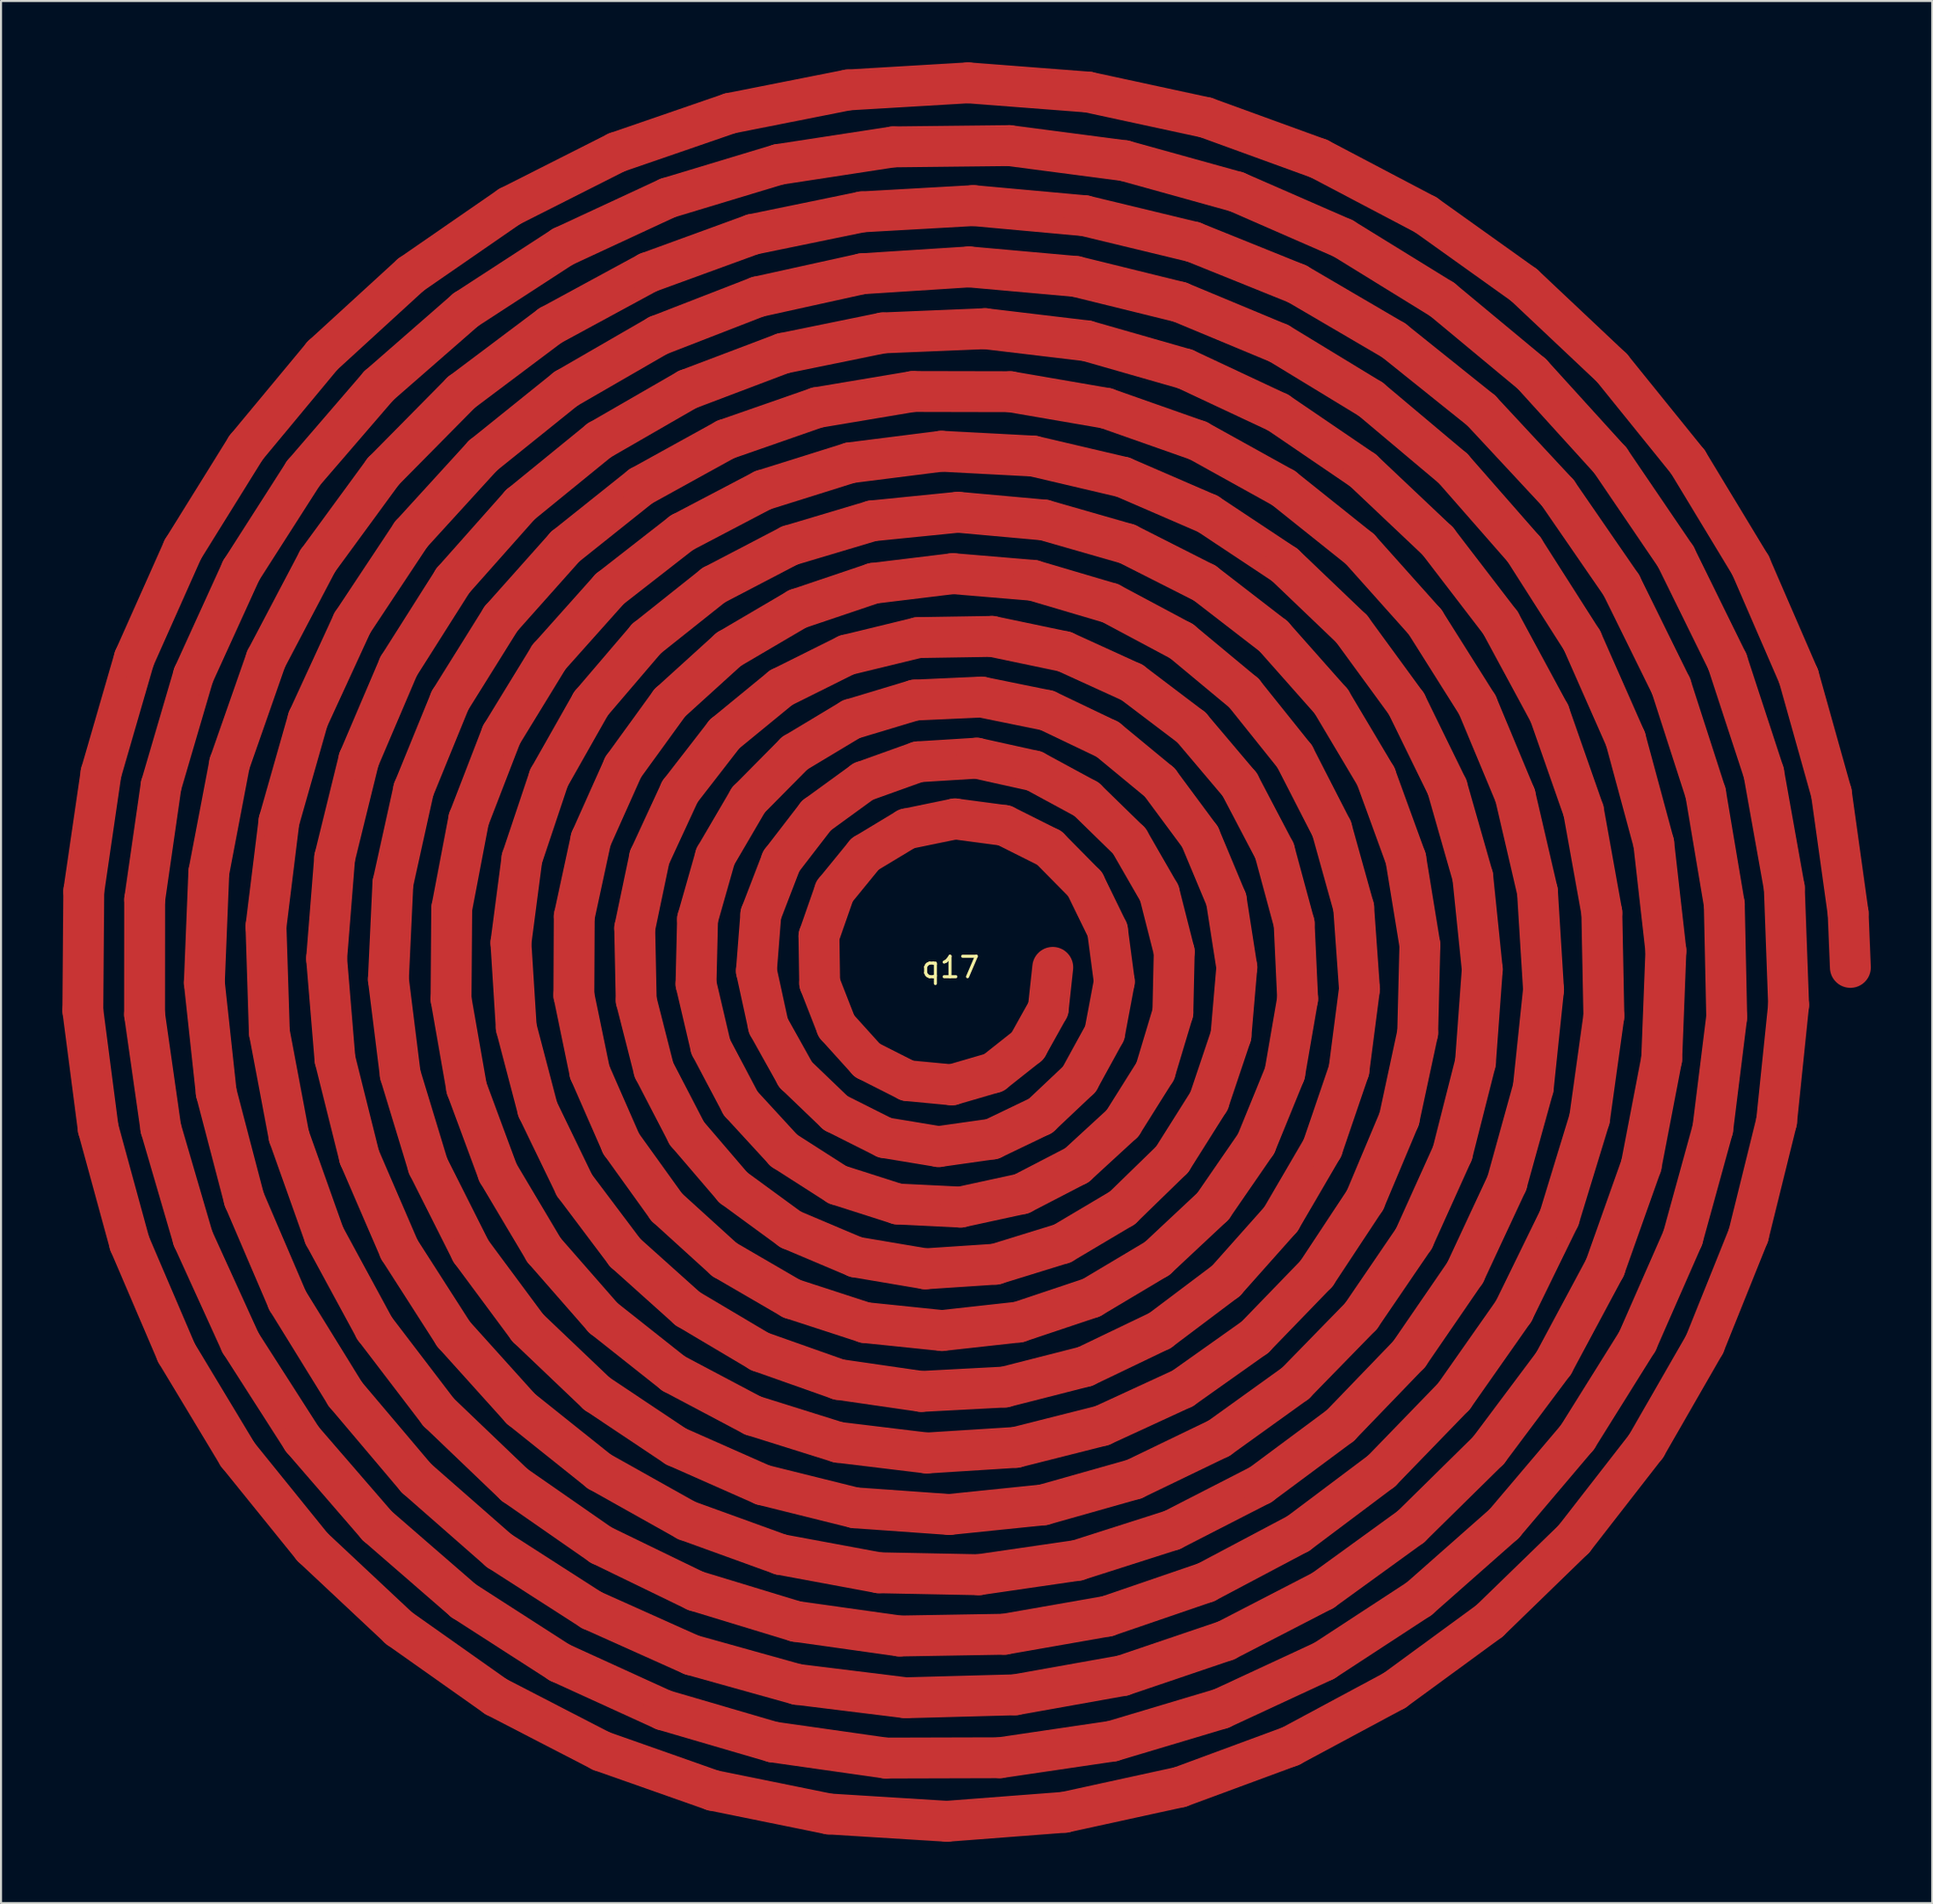
<source format=kicad_pcb>
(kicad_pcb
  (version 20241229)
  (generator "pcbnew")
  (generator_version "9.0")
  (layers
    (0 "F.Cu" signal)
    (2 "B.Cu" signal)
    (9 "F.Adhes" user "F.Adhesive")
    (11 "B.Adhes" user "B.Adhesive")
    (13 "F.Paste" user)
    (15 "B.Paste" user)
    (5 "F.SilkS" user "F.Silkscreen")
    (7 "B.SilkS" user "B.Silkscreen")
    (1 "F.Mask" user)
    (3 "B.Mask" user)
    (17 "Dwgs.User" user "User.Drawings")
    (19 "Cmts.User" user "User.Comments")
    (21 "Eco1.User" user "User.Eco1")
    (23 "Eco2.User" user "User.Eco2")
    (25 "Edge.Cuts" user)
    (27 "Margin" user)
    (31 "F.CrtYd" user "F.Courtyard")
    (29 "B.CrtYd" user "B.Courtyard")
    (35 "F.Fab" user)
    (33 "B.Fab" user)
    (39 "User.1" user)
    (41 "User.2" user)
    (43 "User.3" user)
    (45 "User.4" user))
  (footprint "q17"
    (layer "F.Cu")
    (at 43.424 44.251)
    (property "Reference" "q17" (at 0 0 0) (layer "F.SilkS") (effects (font (size 1 1) (thickness 0.15))))
    (attr smd)
    (fp_line (start -42.424 2.105) (end -42.378 -3.725) (stroke (width 2) (type solid)) (layer "F.Cu"))
    (fp_line (start -42.378 -3.725) (end -41.535 -9.499) (stroke (width 2) (type solid)) (layer "F.Cu"))
    (fp_line (start -41.672 7.883) (end -42.424 2.105) (stroke (width 2) (type solid)) (layer "F.Cu"))
    (fp_line (start -41.535 -9.499) (end -39.909 -15.108) (stroke (width 2) (type solid)) (layer "F.Cu"))
    (fp_line (start -40.136 13.498) (end -41.672 7.883) (stroke (width 2) (type solid)) (layer "F.Cu"))
    (fp_line (start -39.909 -15.108) (end -37.53 -20.446) (stroke (width 2) (type solid)) (layer "F.Cu"))
    (fp_line (start -39.405 2.306) (end -39.401 -3.315) (stroke (width 2) (type solid)) (layer "F.Cu"))
    (fp_line (start -39.401 -3.315) (end -38.599 -8.884) (stroke (width 2) (type solid)) (layer "F.Cu"))
    (fp_line (start -38.611 7.866) (end -39.405 2.306) (stroke (width 2) (type solid)) (layer "F.Cu"))
    (fp_line (start -38.599 -8.884) (end -37.014 -14.287) (stroke (width 2) (type solid)) (layer "F.Cu"))
    (fp_line (start -37.847 18.846) (end -40.136 13.498) (stroke (width 2) (type solid)) (layer "F.Cu"))
    (fp_line (start -37.53 -20.446) (end -34.443 -25.414) (stroke (width 2) (type solid)) (layer "F.Cu"))
    (fp_line (start -37.037 13.252) (end -38.611 7.866) (stroke (width 2) (type solid)) (layer "F.Cu"))
    (fp_line (start -37.014 -14.287) (end -34.678 -19.416) (stroke (width 2) (type solid)) (layer "F.Cu"))
    (fp_line (start -36.483 0.749) (end -36.264 -4.651) (stroke (width 2) (type solid)) (layer "F.Cu"))
    (fp_line (start -36.264 -4.651) (end -35.25 -9.966) (stroke (width 2) (type solid)) (layer "F.Cu"))
    (fp_line (start -35.902 6.117) (end -36.483 0.749) (stroke (width 2) (type solid)) (layer "F.Cu"))
    (fp_line (start -35.25 -9.966) (end -33.462 -15.078) (stroke (width 2) (type solid)) (layer "F.Cu"))
    (fp_line (start -34.848 23.825) (end -37.847 18.846) (stroke (width 2) (type solid)) (layer "F.Cu"))
    (fp_line (start -34.714 18.354) (end -37.037 13.252) (stroke (width 2) (type solid)) (layer "F.Cu"))
    (fp_line (start -34.678 -19.416) (end -31.638 -24.166) (stroke (width 2) (type solid)) (layer "F.Cu"))
    (fp_line (start -34.536 11.336) (end -35.902 6.117) (stroke (width 2) (type solid)) (layer "F.Cu"))
    (fp_line (start -34.443 -25.414) (end -30.704 -29.917) (stroke (width 2) (type solid)) (layer "F.Cu"))
    (fp_line (start -33.469 -2.001) (end -32.834 -7.144) (stroke (width 2) (type solid)) (layer "F.Cu"))
    (fp_line (start -33.462 -15.078) (end -30.939 -19.875) (stroke (width 2) (type solid)) (layer "F.Cu"))
    (fp_line (start -33.304 3.172) (end -33.469 -2.001) (stroke (width 2) (type solid)) (layer "F.Cu"))
    (fp_line (start -32.834 -7.144) (end -31.414 -12.133) (stroke (width 2) (type solid)) (layer "F.Cu"))
    (fp_line (start -32.414 16.29) (end -34.536 11.336) (stroke (width 2) (type solid)) (layer "F.Cu"))
    (fp_line (start -32.345 8.252) (end -33.304 3.172) (stroke (width 2) (type solid)) (layer "F.Cu"))
    (fp_line (start -31.692 23.071) (end -34.714 18.354) (stroke (width 2) (type solid)) (layer "F.Cu"))
    (fp_line (start -31.638 -24.166) (end -27.953 -28.443) (stroke (width 2) (type solid)) (layer "F.Cu"))
    (fp_line (start -31.414 -12.133) (end -29.243 -16.85) (stroke (width 2) (type solid)) (layer "F.Cu"))
    (fp_line (start -31.196 28.342) (end -34.848 23.825) (stroke (width 2) (type solid)) (layer "F.Cu"))
    (fp_line (start -30.939 -19.875) (end -27.734 -24.253) (stroke (width 2) (type solid)) (layer "F.Cu"))
    (fp_line (start -30.704 -29.917) (end -26.383 -33.872) (stroke (width 2) (type solid)) (layer "F.Cu"))
    (fp_line (start -30.615 13.118) (end -32.345 8.252) (stroke (width 2) (type solid)) (layer "F.Cu"))
    (fp_line (start -30.504 -0.431) (end -30.111 -5.358) (stroke (width 2) (type solid)) (layer "F.Cu"))
    (fp_line (start -30.111 -5.358) (end -28.928 -10.164) (stroke (width 2) (type solid)) (layer "F.Cu"))
    (fp_line (start -30.096 4.489) (end -30.504 -0.431) (stroke (width 2) (type solid)) (layer "F.Cu"))
    (fp_line (start -29.586 20.871) (end -32.414 16.29) (stroke (width 2) (type solid)) (layer "F.Cu"))
    (fp_line (start -29.243 -16.85) (end -26.369 -21.182) (stroke (width 2) (type solid)) (layer "F.Cu"))
    (fp_line (start -28.928 -10.164) (end -26.984 -14.722) (stroke (width 2) (type solid)) (layer "F.Cu"))
    (fp_line (start -28.901 9.272) (end -30.096 4.489) (stroke (width 2) (type solid)) (layer "F.Cu"))
    (fp_line (start -28.156 17.653) (end -30.615 13.118) (stroke (width 2) (type solid)) (layer "F.Cu"))
    (fp_line (start -28.031 27.304) (end -31.692 23.071) (stroke (width 2) (type solid)) (layer "F.Cu"))
    (fp_line (start -27.953 -28.443) (end -23.697 -32.159) (stroke (width 2) (type solid)) (layer "F.Cu"))
    (fp_line (start -27.734 -24.253) (end -23.917 -28.117) (stroke (width 2) (type solid)) (layer "F.Cu"))
    (fp_line (start -27.484 0.583) (end -27.264 -4.105) (stroke (width 2) (type solid)) (layer "F.Cu"))
    (fp_line (start -27.264 -4.105) (end -26.25 -8.694) (stroke (width 2) (type solid)) (layer "F.Cu"))
    (fp_line (start -26.984 -14.722) (end -24.328 -18.914) (stroke (width 2) (type solid)) (layer "F.Cu"))
    (fp_line (start -26.961 32.311) (end -31.196 28.342) (stroke (width 2) (type solid)) (layer "F.Cu"))
    (fp_line (start -26.949 13.793) (end -28.901 9.272) (stroke (width 2) (type solid)) (layer "F.Cu"))
    (fp_line (start -26.904 5.233) (end -27.484 0.583) (stroke (width 2) (type solid)) (layer "F.Cu"))
    (fp_line (start -26.383 -33.872) (end -21.56 -37.204) (stroke (width 2) (type solid)) (layer "F.Cu"))
    (fp_line (start -26.369 -21.182) (end -22.862 -25.026) (stroke (width 2) (type solid)) (layer "F.Cu"))
    (fp_line (start -26.25 -8.694) (end -24.471 -13.052) (stroke (width 2) (type solid)) (layer "F.Cu"))
    (fp_line (start -26.113 24.978) (end -29.586 20.871) (stroke (width 2) (type solid)) (layer "F.Cu"))
    (fp_line (start -25.543 9.709) (end -26.904 5.233) (stroke (width 2) (type solid)) (layer "F.Cu"))
    (fp_line (start -25.029 21.749) (end -28.156 17.653) (stroke (width 2) (type solid)) (layer "F.Cu"))
    (fp_line (start -24.471 -13.052) (end -21.976 -17.051) (stroke (width 2) (type solid)) (layer "F.Cu"))
    (fp_line (start -24.421 1.548) (end -24.387 -2.88) (stroke (width 2) (type solid)) (layer "F.Cu"))
    (fp_line (start -24.387 -2.88) (end -23.555 -7.238) (stroke (width 2) (type solid)) (layer "F.Cu"))
    (fp_line (start -24.328 -18.914) (end -21.03 -22.629) (stroke (width 2) (type solid)) (layer "F.Cu"))
    (fp_line (start -24.295 17.933) (end -26.949 13.793) (stroke (width 2) (type solid)) (layer "F.Cu"))
    (fp_line (start -23.917 -28.117) (end -19.57 -31.381) (stroke (width 2) (type solid)) (layer "F.Cu"))
    (fp_line (start -23.808 30.969) (end -28.031 27.304) (stroke (width 2) (type solid)) (layer "F.Cu"))
    (fp_line (start -23.697 -32.159) (end -18.955 -35.24) (stroke (width 2) (type solid)) (layer "F.Cu"))
    (fp_line (start -23.658 5.903) (end -24.421 1.548) (stroke (width 2) (type solid)) (layer "F.Cu"))
    (fp_line (start -23.555 -7.238) (end -21.953 -11.383) (stroke (width 2) (type solid)) (layer "F.Cu"))
    (fp_line (start -23.443 13.882) (end -25.543 9.709) (stroke (width 2) (type solid)) (layer "F.Cu"))
    (fp_line (start -22.862 -25.026) (end -18.803 -28.292) (stroke (width 2) (type solid)) (layer "F.Cu"))
    (fp_line (start -22.225 35.657) (end -26.961 32.311) (stroke (width 2) (type solid)) (layer "F.Cu"))
    (fp_line (start -22.125 10.041) (end -23.658 5.903) (stroke (width 2) (type solid)) (layer "F.Cu"))
    (fp_line (start -22.072 28.521) (end -26.113 24.978) (stroke (width 2) (type solid)) (layer "F.Cu"))
    (fp_line (start -21.976 -17.051) (end -18.836 -20.576) (stroke (width 2) (type solid)) (layer "F.Cu"))
    (fp_line (start -21.953 -11.383) (end -19.629 -15.18) (stroke (width 2) (type solid)) (layer "F.Cu"))
    (fp_line (start -21.56 -37.204) (end -16.324 -39.85) (stroke (width 2) (type solid)) (layer "F.Cu"))
    (fp_line (start -21.493 -1.201) (end -20.954 -5.321) (stroke (width 2) (type solid)) (layer "F.Cu"))
    (fp_line (start -21.31 25.307) (end -25.029 21.749) (stroke (width 2) (type solid)) (layer "F.Cu"))
    (fp_line (start -21.232 2.937) (end -21.493 -1.201) (stroke (width 2) (type solid)) (layer "F.Cu"))
    (fp_line (start -21.03 -22.629) (end -17.174 -25.771) (stroke (width 2) (type solid)) (layer "F.Cu"))
    (fp_line (start -21.008 21.583) (end -24.295 17.933) (stroke (width 2) (type solid)) (layer "F.Cu"))
    (fp_line (start -20.954 -5.321) (end -19.632 -9.269) (stroke (width 2) (type solid)) (layer "F.Cu"))
    (fp_line (start -20.664 17.63) (end -23.443 13.882) (stroke (width 2) (type solid)) (layer "F.Cu"))
    (fp_line (start -20.183 6.938) (end -21.232 2.937) (stroke (width 2) (type solid)) (layer "F.Cu"))
    (fp_line (start -19.873 13.827) (end -22.125 10.041) (stroke (width 2) (type solid)) (layer "F.Cu"))
    (fp_line (start -19.632 -9.269) (end -17.576 -12.9) (stroke (width 2) (type solid)) (layer "F.Cu"))
    (fp_line (start -19.629 -15.18) (end -16.659 -18.507) (stroke (width 2) (type solid)) (layer "F.Cu"))
    (fp_line (start -19.57 -31.381) (end -14.787 -33.976) (stroke (width 2) (type solid)) (layer "F.Cu"))
    (fp_line (start -19.109 33.992) (end -23.808 30.969) (stroke (width 2) (type solid)) (layer "F.Cu"))
    (fp_line (start -18.955 -35.24) (end -13.822 -37.623) (stroke (width 2) (type solid)) (layer "F.Cu"))
    (fp_line (start -18.836 -20.576) (end -15.142 -23.525) (stroke (width 2) (type solid)) (layer "F.Cu"))
    (fp_line (start -18.803 -28.292) (end -14.287 -30.9) (stroke (width 2) (type solid)) (layer "F.Cu"))
    (fp_line (start -18.415 1.358) (end -18.396 -2.492) (stroke (width 2) (type solid)) (layer "F.Cu"))
    (fp_line (start -18.396 -2.492) (end -17.581 -6.265) (stroke (width 2) (type solid)) (layer "F.Cu"))
    (fp_line (start -18.385 10.655) (end -20.183 6.938) (stroke (width 2) (type solid)) (layer "F.Cu"))
    (fp_line (start -17.638 5.118) (end -18.415 1.358) (stroke (width 2) (type solid)) (layer "F.Cu"))
    (fp_line (start -17.581 -6.265) (end -16.001 -9.798) (stroke (width 2) (type solid)) (layer "F.Cu"))
    (fp_line (start -17.576 -12.9) (end -14.86 -16.079) (stroke (width 2) (type solid)) (layer "F.Cu"))
    (fp_line (start -17.555 31.422) (end -22.072 28.521) (stroke (width 2) (type solid)) (layer "F.Cu"))
    (fp_line (start -17.291 20.842) (end -20.664 17.63) (stroke (width 2) (type solid)) (layer "F.Cu"))
    (fp_line (start -17.176 24.646) (end -21.008 21.583) (stroke (width 2) (type solid)) (layer "F.Cu"))
    (fp_line (start -17.174 -25.771) (end -12.86 -28.258) (stroke (width 2) (type solid)) (layer "F.Cu"))
    (fp_line (start -17.089 28.242) (end -21.31 25.307) (stroke (width 2) (type solid)) (layer "F.Cu"))
    (fp_line (start -17.077 38.317) (end -22.225 35.657) (stroke (width 2) (type solid)) (layer "F.Cu"))
    (fp_line (start -16.978 17.136) (end -19.873 13.827) (stroke (width 2) (type solid)) (layer "F.Cu"))
    (fp_line (start -16.659 -18.507) (end -13.136 -21.254) (stroke (width 2) (type solid)) (layer "F.Cu"))
    (fp_line (start -16.324 -39.85) (end -10.773 -41.762) (stroke (width 2) (type solid)) (layer "F.Cu"))
    (fp_line (start -16.101 8.625) (end -17.638 5.118) (stroke (width 2) (type solid)) (layer "F.Cu"))
    (fp_line (start -16.001 -9.798) (end -13.723 -12.939) (stroke (width 2) (type solid)) (layer "F.Cu"))
    (fp_line (start -15.909 13.946) (end -18.385 10.655) (stroke (width 2) (type solid)) (layer "F.Cu"))
    (fp_line (start -15.44 -1.917) (end -14.715 -5.378) (stroke (width 2) (type solid)) (layer "F.Cu"))
    (fp_line (start -15.367 1.606) (end -15.44 -1.917) (stroke (width 2) (type solid)) (layer "F.Cu"))
    (fp_line (start -15.142 -23.525) (end -10.997 -25.813) (stroke (width 2) (type solid)) (layer "F.Cu"))
    (fp_line (start -14.86 -16.079) (end -11.581 -18.688) (stroke (width 2) (type solid)) (layer "F.Cu"))
    (fp_line (start -14.787 -33.976) (end -9.671 -35.842) (stroke (width 2) (type solid)) (layer "F.Cu"))
    (fp_line (start -14.715 -5.378) (end -13.226 -8.599) (stroke (width 2) (type solid)) (layer "F.Cu"))
    (fp_line (start -14.5 5.01) (end -15.367 1.606) (stroke (width 2) (type solid)) (layer "F.Cu"))
    (fp_line (start -14.287 -30.9) (end -9.42 -32.79) (stroke (width 2) (type solid)) (layer "F.Cu"))
    (fp_line (start -14.03 36.31) (end -19.109 33.992) (stroke (width 2) (type solid)) (layer "F.Cu"))
    (fp_line (start -13.873 11.726) (end -16.101 8.625) (stroke (width 2) (type solid)) (layer "F.Cu"))
    (fp_line (start -13.822 -37.623) (end -8.4 -39.261) (stroke (width 2) (type solid)) (layer "F.Cu"))
    (fp_line (start -13.723 -12.939) (end -10.841 -15.554) (stroke (width 2) (type solid)) (layer "F.Cu"))
    (fp_line (start -13.537 19.861) (end -16.978 17.136) (stroke (width 2) (type solid)) (layer "F.Cu"))
    (fp_line (start -13.423 23.425) (end -17.291 20.842) (stroke (width 2) (type solid)) (layer "F.Cu"))
    (fp_line (start -13.226 -8.599) (end -11.045 -11.413) (stroke (width 2) (type solid)) (layer "F.Cu"))
    (fp_line (start -13.136 -21.254) (end -9.173 -23.333) (stroke (width 2) (type solid)) (layer "F.Cu"))
    (fp_line (start -12.903 27.042) (end -17.176 24.646) (stroke (width 2) (type solid)) (layer "F.Cu"))
    (fp_line (start -12.889 8.116) (end -14.5 5.01) (stroke (width 2) (type solid)) (layer "F.Cu"))
    (fp_line (start -12.86 -28.258) (end -8.197 -30.024) (stroke (width 2) (type solid)) (layer "F.Cu"))
    (fp_line (start -12.849 16.691) (end -15.909 13.946) (stroke (width 2) (type solid)) (layer "F.Cu"))
    (fp_line (start -12.662 33.616) (end -17.555 31.422) (stroke (width 2) (type solid)) (layer "F.Cu"))
    (fp_line (start -12.469 30.484) (end -17.089 28.242) (stroke (width 2) (type solid)) (layer "F.Cu"))
    (fp_line (start -12.443 0.807) (end -12.367 -2.362) (stroke (width 2) (type solid)) (layer "F.Cu"))
    (fp_line (start -12.367 -2.362) (end -11.495 -5.425) (stroke (width 2) (type solid)) (layer "F.Cu"))
    (fp_line (start -11.723 3.878) (end -12.443 0.807) (stroke (width 2) (type solid)) (layer "F.Cu"))
    (fp_line (start -11.616 40.241) (end -17.077 38.317) (stroke (width 2) (type solid)) (layer "F.Cu"))
    (fp_line (start -11.581 -18.688) (end -7.859 -20.63) (stroke (width 2) (type solid)) (layer "F.Cu"))
    (fp_line (start -11.495 -5.425) (end -9.879 -8.187) (stroke (width 2) (type solid)) (layer "F.Cu"))
    (fp_line (start -11.054 14.287) (end -13.873 11.726) (stroke (width 2) (type solid)) (layer "F.Cu"))
    (fp_line (start -11.045 -11.413) (end -8.282 -13.678) (stroke (width 2) (type solid)) (layer "F.Cu"))
    (fp_line (start -10.997 -25.813) (end -6.52 -27.373) (stroke (width 2) (type solid)) (layer "F.Cu"))
    (fp_line (start -10.841 -15.554) (end -7.478 -17.529) (stroke (width 2) (type solid)) (layer "F.Cu"))
    (fp_line (start -10.773 -41.762) (end -5.01 -42.903) (stroke (width 2) (type solid)) (layer "F.Cu"))
    (fp_line (start -10.621 10.764) (end -12.889 8.116) (stroke (width 2) (type solid)) (layer "F.Cu"))
    (fp_line (start -10.257 6.653) (end -11.723 3.878) (stroke (width 2) (type solid)) (layer "F.Cu"))
    (fp_line (start -9.879 -8.187) (end -7.618 -10.472) (stroke (width 2) (type solid)) (layer "F.Cu"))
    (fp_line (start -9.671 -35.842) (end -4.331 -36.941) (stroke (width 2) (type solid)) (layer "F.Cu"))
    (fp_line (start -9.665 21.911) (end -13.537 19.861) (stroke (width 2) (type solid)) (layer "F.Cu"))
    (fp_line (start -9.49 0.169) (end -9.274 -2.594) (stroke (width 2) (type solid)) (layer "F.Cu"))
    (fp_line (start -9.42 -32.79) (end -4.316 -33.916) (stroke (width 2) (type solid)) (layer "F.Cu"))
    (fp_line (start -9.322 18.784) (end -12.849 16.691) (stroke (width 2) (type solid)) (layer "F.Cu"))
    (fp_line (start -9.274 -2.594) (end -8.27 -5.199) (stroke (width 2) (type solid)) (layer "F.Cu"))
    (fp_line (start -9.176 25.304) (end -13.423 23.425) (stroke (width 2) (type solid)) (layer "F.Cu"))
    (fp_line (start -9.173 -23.333) (end -4.897 -24.675) (stroke (width 2) (type solid)) (layer "F.Cu"))
    (fp_line (start -8.904 2.858) (end -9.49 0.169) (stroke (width 2) (type solid)) (layer "F.Cu"))
    (fp_line (start -8.678 37.876) (end -14.03 36.31) (stroke (width 2) (type solid)) (layer "F.Cu"))
    (fp_line (start -8.4 -39.261) (end -2.796 -40.119) (stroke (width 2) (type solid)) (layer "F.Cu"))
    (fp_line (start -8.303 28.708) (end -12.903 27.042) (stroke (width 2) (type solid)) (layer "F.Cu"))
    (fp_line (start -8.282 -13.678) (end -5.074 -15.276) (stroke (width 2) (type solid)) (layer "F.Cu"))
    (fp_line (start -8.27 -5.199) (end -6.554 -7.426) (stroke (width 2) (type solid)) (layer "F.Cu"))
    (fp_line (start -8.197 -30.024) (end -3.305 -31.024) (stroke (width 2) (type solid)) (layer "F.Cu"))
    (fp_line (start -8.143 8.953) (end -10.257 6.653) (stroke (width 2) (type solid)) (layer "F.Cu"))
    (fp_line (start -7.859 -20.63) (end -3.827 -21.834) (stroke (width 2) (type solid)) (layer "F.Cu"))
    (fp_line (start -7.817 12.815) (end -10.621 10.764) (stroke (width 2) (type solid)) (layer "F.Cu"))
    (fp_line (start -7.771 16.196) (end -11.054 14.287) (stroke (width 2) (type solid)) (layer "F.Cu"))
    (fp_line (start -7.618 -10.472) (end -4.85 -12.135) (stroke (width 2) (type solid)) (layer "F.Cu"))
    (fp_line (start -7.573 5.243) (end -8.904 2.858) (stroke (width 2) (type solid)) (layer "F.Cu"))
    (fp_line (start -7.562 31.979) (end -12.469 30.484) (stroke (width 2) (type solid)) (layer "F.Cu"))
    (fp_line (start -7.502 35.057) (end -12.662 33.616) (stroke (width 2) (type solid)) (layer "F.Cu"))
    (fp_line (start -7.478 -17.529) (end -3.772 -18.78) (stroke (width 2) (type solid)) (layer "F.Cu"))
    (fp_line (start -6.554 -7.426) (end -4.265 -9.09) (stroke (width 2) (type solid)) (layer "F.Cu"))
    (fp_line (start -6.52 -27.373) (end -1.837 -28.159) (stroke (width 2) (type solid)) (layer "F.Cu"))
    (fp_line (start -6.432 -1.528) (end -5.664 -3.723) (stroke (width 2) (type solid)) (layer "F.Cu"))
    (fp_line (start -6.397 0.769) (end -6.432 -1.528) (stroke (width 2) (type solid)) (layer "F.Cu"))
    (fp_line (start -5.946 41.393) (end -11.616 40.241) (stroke (width 2) (type solid)) (layer "F.Cu"))
    (fp_line (start -5.664 -3.723) (end -4.175 -5.546) (stroke (width 2) (type solid)) (layer "F.Cu"))
    (fp_line (start -5.617 7.12) (end -7.573 5.243) (stroke (width 2) (type solid)) (layer "F.Cu"))
    (fp_line (start -5.571 2.881) (end -6.397 0.769) (stroke (width 2) (type solid)) (layer "F.Cu"))
    (fp_line (start -5.526 10.628) (end -8.143 8.953) (stroke (width 2) (type solid)) (layer "F.Cu"))
    (fp_line (start -5.492 23.22) (end -9.665 21.911) (stroke (width 2) (type solid)) (layer "F.Cu"))
    (fp_line (start -5.464 20.149) (end -9.322 18.784) (stroke (width 2) (type solid)) (layer "F.Cu"))
    (fp_line (start -5.074 -15.276) (end -1.579 -16.126) (stroke (width 2) (type solid)) (layer "F.Cu"))
    (fp_line (start -5.01 -42.903) (end 0.86 -43.251) (stroke (width 2) (type solid)) (layer "F.Cu"))
    (fp_line (start -4.897 -24.675) (end -0.442 -25.238) (stroke (width 2) (type solid)) (layer "F.Cu"))
    (fp_line (start -4.85 -12.135) (end -1.744 -13.071) (stroke (width 2) (type solid)) (layer "F.Cu"))
    (fp_line (start -4.677 26.423) (end -9.176 25.304) (stroke (width 2) (type solid)) (layer "F.Cu"))
    (fp_line (start -4.629 14.164) (end -7.817 12.815) (stroke (width 2) (type solid)) (layer "F.Cu"))
    (fp_line (start -4.331 -36.941) (end 1.117 -37.248) (stroke (width 2) (type solid)) (layer "F.Cu"))
    (fp_line (start -4.316 -33.916) (end 0.906 -34.251) (stroke (width 2) (type solid)) (layer "F.Cu"))
    (fp_line (start -4.265 -9.09) (end -1.583 -10.052) (stroke (width 2) (type solid)) (layer "F.Cu"))
    (fp_line (start -4.175 -5.546) (end -2.137 -6.775) (stroke (width 2) (type solid)) (layer "F.Cu"))
    (fp_line (start -4.171 17.369) (end -7.771 16.196) (stroke (width 2) (type solid)) (layer "F.Cu"))
    (fp_line (start -4.071 4.541) (end -5.571 2.881) (stroke (width 2) (type solid)) (layer "F.Cu"))
    (fp_line (start -3.827 -21.834) (end 0.368 -22.255) (stroke (width 2) (type solid)) (layer "F.Cu"))
    (fp_line (start -3.772 -18.78) (end 0.12 -19.253) (stroke (width 2) (type solid)) (layer "F.Cu"))
    (fp_line (start -3.5 29.6) (end -8.303 28.708) (stroke (width 2) (type solid)) (layer "F.Cu"))
    (fp_line (start -3.305 -31.024) (end 1.689 -31.23) (stroke (width 2) (type solid)) (layer "F.Cu"))
    (fp_line (start -3.214 8.327) (end -5.617 7.12) (stroke (width 2) (type solid)) (layer "F.Cu"))
    (fp_line (start -3.161 38.66) (end -8.678 37.876) (stroke (width 2) (type solid)) (layer "F.Cu"))
    (fp_line (start -2.796 -40.119) (end 2.877 -40.181) (stroke (width 2) (type solid)) (layer "F.Cu"))
    (fp_line (start -2.582 11.57) (end -5.526 10.628) (stroke (width 2) (type solid)) (layer "F.Cu"))
    (fp_line (start -2.488 32.692) (end -7.562 31.979) (stroke (width 2) (type solid)) (layer "F.Cu"))
    (fp_line (start -2.19 35.712) (end -7.502 35.057) (stroke (width 2) (type solid)) (layer "F.Cu"))
    (fp_line (start -2.137 -6.775) (end 0.221 -7.261) (stroke (width 2) (type solid)) (layer "F.Cu"))
    (fp_line (start -2.102 5.538) (end -4.071 4.541) (stroke (width 2) (type solid)) (layer "F.Cu"))
    (fp_line (start -1.837 -28.159) (end 2.917 -28.149) (stroke (width 2) (type solid)) (layer "F.Cu"))
    (fp_line (start -1.744 -13.071) (end 1.511 -13.218) (stroke (width 2) (type solid)) (layer "F.Cu"))
    (fp_line (start -1.583 -10.052) (end 1.28 -10.23) (stroke (width 2) (type solid)) (layer "F.Cu"))
    (fp_line (start -1.579 -16.126) (end 2.028 -16.183) (stroke (width 2) (type solid)) (layer "F.Cu"))
    (fp_line (start -1.424 20.734) (end -5.464 20.149) (stroke (width 2) (type solid)) (layer "F.Cu"))
    (fp_line (start -1.229 14.739) (end -4.629 14.164) (stroke (width 2) (type solid)) (layer "F.Cu"))
    (fp_line (start -1.158 23.745) (end -5.492 23.22) (stroke (width 2) (type solid)) (layer "F.Cu"))
    (fp_line (start -0.581 8.762) (end -3.214 8.327) (stroke (width 2) (type solid)) (layer "F.Cu"))
    (fp_line (start -0.442 -25.238) (end 4.049 -25.001) (stroke (width 2) (type solid)) (layer "F.Cu"))
    (fp_line (start -0.414 17.756) (end -4.171 17.369) (stroke (width 2) (type solid)) (layer "F.Cu"))
    (fp_line (start -0.177 41.752) (end -5.946 41.393) (stroke (width 2) (type solid)) (layer "F.Cu"))
    (fp_line (start -0.059 26.751) (end -4.677 26.423) (stroke (width 2) (type solid)) (layer "F.Cu"))
    (fp_line (start 0.063 5.744) (end -2.102 5.538) (stroke (width 2) (type solid)) (layer "F.Cu"))
    (fp_line (start 0.12 -19.253) (end 4.037 -18.925) (stroke (width 2) (type solid)) (layer "F.Cu"))
    (fp_line (start 0.221 -7.261) (end 2.634 -6.94) (stroke (width 2) (type solid)) (layer "F.Cu"))
    (fp_line (start 0.368 -22.255) (end 4.575 -21.875) (stroke (width 2) (type solid)) (layer "F.Cu"))
    (fp_line (start 0.49 11.72) (end -2.582 11.57) (stroke (width 2) (type solid)) (layer "F.Cu"))
    (fp_line (start 0.86 -43.251) (end 6.727 -42.799) (stroke (width 2) (type solid)) (layer "F.Cu"))
    (fp_line (start 0.906 -34.251) (end 6.123 -33.785) (stroke (width 2) (type solid)) (layer "F.Cu"))
    (fp_line (start 1.117 -37.248) (end 6.557 -36.754) (stroke (width 2) (type solid)) (layer "F.Cu"))
    (fp_line (start 1.28 -10.23) (end 4.098 -9.605) (stroke (width 2) (type solid)) (layer "F.Cu"))
    (fp_line (start 1.379 29.696) (end -3.5 29.6) (stroke (width 2) (type solid)) (layer "F.Cu"))
    (fp_line (start 1.511 -13.218) (end 4.718 -12.565) (stroke (width 2) (type solid)) (layer "F.Cu"))
    (fp_line (start 1.689 -31.23) (end 6.659 -30.637) (stroke (width 2) (type solid)) (layer "F.Cu"))
    (fp_line (start 2.028 -16.183) (end 5.571 -15.441) (stroke (width 2) (type solid)) (layer "F.Cu"))
    (fp_line (start 2.04 8.392) (end -0.581 8.762) (stroke (width 2) (type solid)) (layer "F.Cu"))
    (fp_line (start 2.119 5.144) (end 0.063 5.744) (stroke (width 2) (type solid)) (layer "F.Cu"))
    (fp_line (start 2.199 14.512) (end -1.229 14.739) (stroke (width 2) (type solid)) (layer "F.Cu"))
    (fp_line (start 2.407 38.645) (end -3.161 38.66) (stroke (width 2) (type solid)) (layer "F.Cu"))
    (fp_line (start 2.63 32.606) (end -2.488 32.692) (stroke (width 2) (type solid)) (layer "F.Cu"))
    (fp_line (start 2.634 -6.94) (end 4.833 -5.839) (stroke (width 2) (type solid)) (layer "F.Cu"))
    (fp_line (start 2.644 20.519) (end -1.424 20.734) (stroke (width 2) (type solid)) (layer "F.Cu"))
    (fp_line (start 2.877 -40.181) (end 8.508 -39.444) (stroke (width 2) (type solid)) (layer "F.Cu"))
    (fp_line (start 2.917 -28.149) (end 7.609 -27.34) (stroke (width 2) (type solid)) (layer "F.Cu"))
    (fp_line (start 3.155 35.568) (end -2.19 35.712) (stroke (width 2) (type solid)) (layer "F.Cu"))
    (fp_line (start 3.19 23.47) (end -1.158 23.745) (stroke (width 2) (type solid)) (layer "F.Cu"))
    (fp_line (start 3.328 17.343) (end -0.414 17.756) (stroke (width 2) (type solid)) (layer "F.Cu"))
    (fp_line (start 3.48 11.071) (end 0.49 11.72) (stroke (width 2) (type solid)) (layer "F.Cu"))
    (fp_line (start 3.771 3.836) (end 2.119 5.144) (stroke (width 2) (type solid)) (layer "F.Cu"))
    (fp_line (start 4.037 -18.925) (end 7.815 -17.808) (stroke (width 2) (type solid)) (layer "F.Cu"))
    (fp_line (start 4.049 -25.001) (end 8.435 -23.971) (stroke (width 2) (type solid)) (layer "F.Cu"))
    (fp_line (start 4.098 -9.605) (end 6.651 -8.221) (stroke (width 2) (type solid)) (layer "F.Cu"))
    (fp_line (start 4.406 7.256) (end 2.04 8.392) (stroke (width 2) (type solid)) (layer "F.Cu"))
    (fp_line (start 4.54 26.279) (end -0.059 26.751) (stroke (width 2) (type solid)) (layer "F.Cu"))
    (fp_line (start 4.575 -21.875) (end 8.644 -20.707) (stroke (width 2) (type solid)) (layer "F.Cu"))
    (fp_line (start 4.718 -12.565) (end 7.683 -11.147) (stroke (width 2) (type solid)) (layer "F.Cu"))
    (fp_line (start 4.78 2.025) (end 3.771 3.836) (stroke (width 2) (type solid)) (layer "F.Cu"))
    (fp_line (start 4.833 -5.839) (end 6.578 -4.071) (stroke (width 2) (type solid)) (layer "F.Cu"))
    (fp_line (start 5 0) (end 4.78 2.025) (stroke (width 2) (type solid)) (layer "F.Cu"))
    (fp_line (start 5.469 13.501) (end 2.199 14.512) (stroke (width 2) (type solid)) (layer "F.Cu"))
    (fp_line (start 5.571 -15.441) (end 8.875 -13.934) (stroke (width 2) (type solid)) (layer "F.Cu"))
    (fp_line (start 5.583 41.31) (end -0.177 41.752) (stroke (width 2) (type solid)) (layer "F.Cu"))
    (fp_line (start 6.123 -33.785) (end 11.214 -32.53) (stroke (width 2) (type solid)) (layer "F.Cu"))
    (fp_line (start 6.182 9.671) (end 3.48 11.071) (stroke (width 2) (type solid)) (layer "F.Cu"))
    (fp_line (start 6.202 28.994) (end 1.379 29.696) (stroke (width 2) (type solid)) (layer "F.Cu"))
    (fp_line (start 6.298 5.469) (end 4.406 7.256) (stroke (width 2) (type solid)) (layer "F.Cu"))
    (fp_line (start 6.557 -36.754) (end 11.871 -35.47) (stroke (width 2) (type solid)) (layer "F.Cu"))
    (fp_line (start 6.578 -4.071) (end 7.677 -1.816) (stroke (width 2) (type solid)) (layer "F.Cu"))
    (fp_line (start 6.583 19.514) (end 2.644 20.519) (stroke (width 2) (type solid)) (layer "F.Cu"))
    (fp_line (start 6.651 -8.221) (end 8.743 -6.18) (stroke (width 2) (type solid)) (layer "F.Cu"))
    (fp_line (start 6.659 -30.637) (end 11.476 -29.258) (stroke (width 2) (type solid)) (layer "F.Cu"))
    (fp_line (start 6.727 -42.799) (end 12.482 -41.555) (stroke (width 2) (type solid)) (layer "F.Cu"))
    (fp_line (start 6.889 16.15) (end 3.328 17.343) (stroke (width 2) (type solid)) (layer "F.Cu"))
    (fp_line (start 7.407 22.405) (end 3.19 23.47) (stroke (width 2) (type solid)) (layer "F.Cu"))
    (fp_line (start 7.538 3.207) (end 6.298 5.469) (stroke (width 2) (type solid)) (layer "F.Cu"))
    (fp_line (start 7.609 -27.34) (end 12.107 -25.756) (stroke (width 2) (type solid)) (layer "F.Cu"))
    (fp_line (start 7.665 31.724) (end 2.63 32.606) (stroke (width 2) (type solid)) (layer "F.Cu"))
    (fp_line (start 7.677 -1.816) (end 8.011 0.695) (stroke (width 2) (type solid)) (layer "F.Cu"))
    (fp_line (start 7.683 -11.147) (end 10.229 -9.045) (stroke (width 2) (type solid)) (layer "F.Cu"))
    (fp_line (start 7.815 -17.808) (end 11.3 -15.947) (stroke (width 2) (type solid)) (layer "F.Cu"))
    (fp_line (start 7.909 37.834) (end 2.407 38.645) (stroke (width 2) (type solid)) (layer "F.Cu"))
    (fp_line (start 8.011 0.695) (end 7.538 3.207) (stroke (width 2) (type solid)) (layer "F.Cu"))
    (fp_line (start 8.402 11.761) (end 5.469 13.501) (stroke (width 2) (type solid)) (layer "F.Cu"))
    (fp_line (start 8.41 7.624) (end 6.182 9.671) (stroke (width 2) (type solid)) (layer "F.Cu"))
    (fp_line (start 8.413 34.629) (end 3.155 35.568) (stroke (width 2) (type solid)) (layer "F.Cu"))
    (fp_line (start 8.435 -23.971) (end 12.576 -22.179) (stroke (width 2) (type solid)) (layer "F.Cu"))
    (fp_line (start 8.508 -39.444) (end 13.984 -37.923) (stroke (width 2) (type solid)) (layer "F.Cu"))
    (fp_line (start 8.644 -20.707) (end 12.428 -18.791) (stroke (width 2) (type solid)) (layer "F.Cu"))
    (fp_line (start 8.743 -6.18) (end 10.21 -3.632) (stroke (width 2) (type solid)) (layer "F.Cu"))
    (fp_line (start 8.875 -13.934) (end 11.779 -11.734) (stroke (width 2) (type solid)) (layer "F.Cu"))
    (fp_line (start 8.981 25.023) (end 4.54 26.279) (stroke (width 2) (type solid)) (layer "F.Cu"))
    (fp_line (start 10.011 5.075) (end 8.41 7.624) (stroke (width 2) (type solid)) (layer "F.Cu"))
    (fp_line (start 10.105 14.233) (end 6.889 16.15) (stroke (width 2) (type solid)) (layer "F.Cu"))
    (fp_line (start 10.21 -3.632) (end 10.94 -0.765) (stroke (width 2) (type solid)) (layer "F.Cu"))
    (fp_line (start 10.229 -9.045) (end 12.202 -6.381) (stroke (width 2) (type solid)) (layer "F.Cu"))
    (fp_line (start 10.239 17.76) (end 6.583 19.514) (stroke (width 2) (type solid)) (layer "F.Cu"))
    (fp_line (start 10.836 9.393) (end 8.402 11.761) (stroke (width 2) (type solid)) (layer "F.Cu"))
    (fp_line (start 10.838 27.513) (end 6.202 28.994) (stroke (width 2) (type solid)) (layer "F.Cu"))
    (fp_line (start 10.873 2.21) (end 10.011 5.075) (stroke (width 2) (type solid)) (layer "F.Cu"))
    (fp_line (start 10.94 -0.765) (end 10.873 2.21) (stroke (width 2) (type solid)) (layer "F.Cu"))
    (fp_line (start 11.214 -32.53) (end 16.059 -30.513) (stroke (width 2) (type solid)) (layer "F.Cu"))
    (fp_line (start 11.222 40.078) (end 5.583 41.31) (stroke (width 2) (type solid)) (layer "F.Cu"))
    (fp_line (start 11.3 -15.947) (end 14.345 -13.416) (stroke (width 2) (type solid)) (layer "F.Cu"))
    (fp_line (start 11.35 20.588) (end 7.407 22.405) (stroke (width 2) (type solid)) (layer "F.Cu"))
    (fp_line (start 11.476 -29.258) (end 16.019 -27.128) (stroke (width 2) (type solid)) (layer "F.Cu"))
    (fp_line (start 11.779 -11.734) (end 14.139 -8.944) (stroke (width 2) (type solid)) (layer "F.Cu"))
    (fp_line (start 11.871 -35.47) (end 16.946 -33.424) (stroke (width 2) (type solid)) (layer "F.Cu"))
    (fp_line (start 12.107 -25.756) (end 16.282 -23.44) (stroke (width 2) (type solid)) (layer "F.Cu"))
    (fp_line (start 12.202 -6.381) (end 13.485 -3.31) (stroke (width 2) (type solid)) (layer "F.Cu"))
    (fp_line (start 12.428 -18.791) (end 15.792 -16.194) (stroke (width 2) (type solid)) (layer "F.Cu"))
    (fp_line (start 12.482 -41.555) (end 18.021 -39.541) (stroke (width 2) (type solid)) (layer "F.Cu"))
    (fp_line (start 12.496 30.069) (end 7.665 31.724) (stroke (width 2) (type solid)) (layer "F.Cu"))
    (fp_line (start 12.576 -22.179) (end 16.343 -19.68) (stroke (width 2) (type solid)) (layer "F.Cu"))
    (fp_line (start 12.64 6.531) (end 10.836 9.393) (stroke (width 2) (type solid)) (layer "F.Cu"))
    (fp_line (start 12.831 11.683) (end 10.105 14.233) (stroke (width 2) (type solid)) (layer "F.Cu"))
    (fp_line (start 13.131 23.021) (end 8.981 25.023) (stroke (width 2) (type solid)) (layer "F.Cu"))
    (fp_line (start 13.234 36.242) (end 7.909 37.834) (stroke (width 2) (type solid)) (layer "F.Cu"))
    (fp_line (start 13.467 32.916) (end 8.413 34.629) (stroke (width 2) (type solid)) (layer "F.Cu"))
    (fp_line (start 13.471 15.327) (end 10.239 17.76) (stroke (width 2) (type solid)) (layer "F.Cu"))
    (fp_line (start 13.485 -3.31) (end 14 -0.007) (stroke (width 2) (type solid)) (layer "F.Cu"))
    (fp_line (start 13.714 3.337) (end 12.64 6.531) (stroke (width 2) (type solid)) (layer "F.Cu"))
    (fp_line (start 13.984 -37.923) (end 19.196 -35.646) (stroke (width 2) (type solid)) (layer "F.Cu"))
    (fp_line (start 14 -0.007) (end 13.714 3.337) (stroke (width 2) (type solid)) (layer "F.Cu"))
    (fp_line (start 14.139 -8.944) (end 15.842 -5.697) (stroke (width 2) (type solid)) (layer "F.Cu"))
    (fp_line (start 14.345 -13.416) (end 16.826 -10.317) (stroke (width 2) (type solid)) (layer "F.Cu"))
    (fp_line (start 14.885 18.083) (end 11.35 20.588) (stroke (width 2) (type solid)) (layer "F.Cu"))
    (fp_line (start 14.943 8.618) (end 12.831 11.683) (stroke (width 2) (type solid)) (layer "F.Cu"))
    (fp_line (start 15.163 25.296) (end 10.838 27.513) (stroke (width 2) (type solid)) (layer "F.Cu"))
    (fp_line (start 15.792 -16.194) (end 18.616 -13.006) (stroke (width 2) (type solid)) (layer "F.Cu"))
    (fp_line (start 15.842 -5.697) (end 16.803 -2.148) (stroke (width 2) (type solid)) (layer "F.Cu"))
    (fp_line (start 16.019 -27.128) (end 20.17 -24.301) (stroke (width 2) (type solid)) (layer "F.Cu"))
    (fp_line (start 16.059 -30.513) (end 20.548 -27.781) (stroke (width 2) (type solid)) (layer "F.Cu"))
    (fp_line (start 16.154 12.311) (end 13.471 15.327) (stroke (width 2) (type solid)) (layer "F.Cu"))
    (fp_line (start 16.282 -23.44) (end 20.017 -20.455) (stroke (width 2) (type solid)) (layer "F.Cu"))
    (fp_line (start 16.343 -19.68) (end 19.616 -16.551) (stroke (width 2) (type solid)) (layer "F.Cu"))
    (fp_line (start 16.345 5.183) (end 14.943 8.618) (stroke (width 2) (type solid)) (layer "F.Cu"))
    (fp_line (start 16.631 38.08) (end 11.222 40.078) (stroke (width 2) (type solid)) (layer "F.Cu"))
    (fp_line (start 16.803 -2.148) (end 16.974 1.537) (stroke (width 2) (type solid)) (layer "F.Cu"))
    (fp_line (start 16.826 -10.317) (end 18.641 -6.775) (stroke (width 2) (type solid)) (layer "F.Cu"))
    (fp_line (start 16.867 20.335) (end 13.131 23.021) (stroke (width 2) (type solid)) (layer "F.Cu"))
    (fp_line (start 16.946 -33.424) (end 21.673 -30.657) (stroke (width 2) (type solid)) (layer "F.Cu"))
    (fp_line (start 16.974 1.537) (end 16.345 5.183) (stroke (width 2) (type solid)) (layer "F.Cu"))
    (fp_line (start 17.003 27.682) (end 12.496 30.069) (stroke (width 2) (type solid)) (layer "F.Cu"))
    (fp_line (start 17.893 14.975) (end 14.885 18.083) (stroke (width 2) (type solid)) (layer "F.Cu"))
    (fp_line (start 18.021 -39.541) (end 23.239 -36.795) (stroke (width 2) (type solid)) (layer "F.Cu"))
    (fp_line (start 18.184 8.833) (end 16.154 12.311) (stroke (width 2) (type solid)) (layer "F.Cu"))
    (fp_line (start 18.203 30.47) (end 13.467 32.916) (stroke (width 2) (type solid)) (layer "F.Cu"))
    (fp_line (start 18.271 33.904) (end 13.234 36.242) (stroke (width 2) (type solid)) (layer "F.Cu"))
    (fp_line (start 18.616 -13.006) (end 20.798 -9.339) (stroke (width 2) (type solid)) (layer "F.Cu"))
    (fp_line (start 18.641 -6.775) (end 19.713 -2.933) (stroke (width 2) (type solid)) (layer "F.Cu"))
    (fp_line (start 19.06 22.402) (end 15.163 25.296) (stroke (width 2) (type solid)) (layer "F.Cu"))
    (fp_line (start 19.196 -35.646) (end 24.042 -32.658) (stroke (width 2) (type solid)) (layer "F.Cu"))
    (fp_line (start 19.482 5.031) (end 18.184 8.833) (stroke (width 2) (type solid)) (layer "F.Cu"))
    (fp_line (start 19.616 -16.551) (end 22.291 -12.889) (stroke (width 2) (type solid)) (layer "F.Cu"))
    (fp_line (start 19.713 -2.933) (end 19.997 1.056) (stroke (width 2) (type solid)) (layer "F.Cu"))
    (fp_line (start 19.997 1.056) (end 19.482 5.031) (stroke (width 2) (type solid)) (layer "F.Cu"))
    (fp_line (start 20.017 -20.455) (end 23.207 -16.885) (stroke (width 2) (type solid)) (layer "F.Cu"))
    (fp_line (start 20.075 17.047) (end 16.867 20.335) (stroke (width 2) (type solid)) (layer "F.Cu"))
    (fp_line (start 20.17 -24.301) (end 23.824 -20.846) (stroke (width 2) (type solid)) (layer "F.Cu"))
    (fp_line (start 20.272 11.373) (end 17.893 14.975) (stroke (width 2) (type solid)) (layer "F.Cu"))
    (fp_line (start 20.548 -27.781) (end 24.573 -24.396) (stroke (width 2) (type solid)) (layer "F.Cu"))
    (fp_line (start 20.798 -9.339) (end 22.261 -5.322) (stroke (width 2) (type solid)) (layer "F.Cu"))
    (fp_line (start 21.077 24.623) (end 17.003 27.682) (stroke (width 2) (type solid)) (layer "F.Cu"))
    (fp_line (start 21.673 -30.657) (end 25.95 -27.228) (stroke (width 2) (type solid)) (layer "F.Cu"))
    (fp_line (start 21.709 35.354) (end 16.631 38.08) (stroke (width 2) (type solid)) (layer "F.Cu"))
    (fp_line (start 21.941 7.401) (end 20.272 11.373) (stroke (width 2) (type solid)) (layer "F.Cu"))
    (fp_line (start 22.261 -5.322) (end 22.951 -1.094) (stroke (width 2) (type solid)) (layer "F.Cu"))
    (fp_line (start 22.291 -12.889) (end 24.286 -8.808) (stroke (width 2) (type solid)) (layer "F.Cu"))
    (fp_line (start 22.424 18.912) (end 19.06 22.402) (stroke (width 2) (type solid)) (layer "F.Cu"))
    (fp_line (start 22.515 27.345) (end 18.203 30.47) (stroke (width 2) (type solid)) (layer "F.Cu"))
    (fp_line (start 22.659 13.258) (end 20.075 17.047) (stroke (width 2) (type solid)) (layer "F.Cu"))
    (fp_line (start 22.844 3.196) (end 21.941 7.401) (stroke (width 2) (type solid)) (layer "F.Cu"))
    (fp_line (start 22.915 30.87) (end 18.271 33.904) (stroke (width 2) (type solid)) (layer "F.Cu"))
    (fp_line (start 22.951 -1.094) (end 22.844 3.196) (stroke (width 2) (type solid)) (layer "F.Cu"))
    (fp_line (start 23.207 -16.885) (end 25.763 -12.828) (stroke (width 2) (type solid)) (layer "F.Cu"))
    (fp_line (start 23.239 -36.795) (end 28.042 -33.365) (stroke (width 2) (type solid)) (layer "F.Cu"))
    (fp_line (start 23.824 -20.846) (end 26.889 -16.851) (stroke (width 2) (type solid)) (layer "F.Cu"))
    (fp_line (start 24.042 -32.658) (end 28.425 -29.018) (stroke (width 2) (type solid)) (layer "F.Cu"))
    (fp_line (start 24.286 -8.808) (end 25.536 -4.433) (stroke (width 2) (type solid)) (layer "F.Cu"))
    (fp_line (start 24.542 9.084) (end 22.659 13.258) (stroke (width 2) (type solid)) (layer "F.Cu"))
    (fp_line (start 24.573 -24.396) (end 28.043 -20.436) (stroke (width 2) (type solid)) (layer "F.Cu"))
    (fp_line (start 24.618 20.968) (end 21.077 24.623) (stroke (width 2) (type solid)) (layer "F.Cu"))
    (fp_line (start 25.164 14.922) (end 22.424 18.912) (stroke (width 2) (type solid)) (layer "F.Cu"))
    (fp_line (start 25.536 -4.433) (end 26.002 0.1) (stroke (width 2) (type solid)) (layer "F.Cu"))
    (fp_line (start 25.667 4.652) (end 24.542 9.084) (stroke (width 2) (type solid)) (layer "F.Cu"))
    (fp_line (start 25.763 -12.828) (end 27.611 -8.396) (stroke (width 2) (type solid)) (layer "F.Cu"))
    (fp_line (start 25.95 -27.228) (end 29.687 -23.21) (stroke (width 2) (type solid)) (layer "F.Cu"))
    (fp_line (start 26.002 0.1) (end 25.667 4.652) (stroke (width 2) (type solid)) (layer "F.Cu"))
    (fp_line (start 26.306 23.613) (end 22.515 27.345) (stroke (width 2) (type solid)) (layer "F.Cu"))
    (fp_line (start 26.355 31.954) (end 21.709 35.354) (stroke (width 2) (type solid)) (layer "F.Cu"))
    (fp_line (start 26.889 -16.851) (end 29.285 -12.416) (stroke (width 2) (type solid)) (layer "F.Cu"))
    (fp_line (start 27.07 27.202) (end 22.915 30.87) (stroke (width 2) (type solid)) (layer "F.Cu"))
    (fp_line (start 27.206 10.54) (end 25.164 14.922) (stroke (width 2) (type solid)) (layer "F.Cu"))
    (fp_line (start 27.538 16.807) (end 24.618 20.968) (stroke (width 2) (type solid)) (layer "F.Cu"))
    (fp_line (start 27.611 -8.396) (end 28.699 -3.713) (stroke (width 2) (type solid)) (layer "F.Cu"))
    (fp_line (start 28.042 -33.365) (end 32.34 -29.314) (stroke (width 2) (type solid)) (layer "F.Cu"))
    (fp_line (start 28.043 -20.436) (end 30.877 -15.991) (stroke (width 2) (type solid)) (layer "F.Cu"))
    (fp_line (start 28.425 -29.018) (end 32.258 -24.796) (stroke (width 2) (type solid)) (layer "F.Cu"))
    (fp_line (start 28.495 5.887) (end 27.206 10.54) (stroke (width 2) (type solid)) (layer "F.Cu"))
    (fp_line (start 28.699 -3.713) (end 28.997 1.092) (stroke (width 2) (type solid)) (layer "F.Cu"))
    (fp_line (start 28.997 1.092) (end 28.495 5.887) (stroke (width 2) (type solid)) (layer "F.Cu"))
    (fp_line (start 29.285 -12.416) (end 30.952 -7.652) (stroke (width 2) (type solid)) (layer "F.Cu"))
    (fp_line (start 29.491 19.358) (end 26.306 23.613) (stroke (width 2) (type solid)) (layer "F.Cu"))
    (fp_line (start 29.687 -23.21) (end 32.804 -18.687) (stroke (width 2) (type solid)) (layer "F.Cu"))
    (fp_line (start 29.766 12.245) (end 27.538 16.807) (stroke (width 2) (type solid)) (layer "F.Cu"))
    (fp_line (start 30.483 27.946) (end 26.355 31.954) (stroke (width 2) (type solid)) (layer "F.Cu"))
    (fp_line (start 30.651 22.978) (end 27.07 27.202) (stroke (width 2) (type solid)) (layer "F.Cu"))
    (fp_line (start 30.877 -15.991) (end 33.007 -11.164) (stroke (width 2) (type solid)) (layer "F.Cu"))
    (fp_line (start 30.952 -7.652) (end 31.847 -2.679) (stroke (width 2) (type solid)) (layer "F.Cu"))
    (fp_line (start 31.248 7.396) (end 29.766 12.245) (stroke (width 2) (type solid)) (layer "F.Cu"))
    (fp_line (start 31.847 -2.679) (end 31.947 2.379) (stroke (width 2) (type solid)) (layer "F.Cu"))
    (fp_line (start 31.947 2.379) (end 31.248 7.396) (stroke (width 2) (type solid)) (layer "F.Cu"))
    (fp_line (start 31.999 14.679) (end 29.491 19.358) (stroke (width 2) (type solid)) (layer "F.Cu"))
    (fp_line (start 32.258 -24.796) (end 35.466 -20.077) (stroke (width 2) (type solid)) (layer "F.Cu"))
    (fp_line (start 32.34 -29.314) (end 36.055 -24.716) (stroke (width 2) (type solid)) (layer "F.Cu"))
    (fp_line (start 32.804 -18.687) (end 35.232 -13.755) (stroke (width 2) (type solid)) (layer "F.Cu"))
    (fp_line (start 33.007 -11.164) (end 34.386 -6.065) (stroke (width 2) (type solid)) (layer "F.Cu"))
    (fp_line (start 33.583 18.286) (end 30.651 22.978) (stroke (width 2) (type solid)) (layer "F.Cu"))
    (fp_line (start 33.773 9.681) (end 31.999 14.679) (stroke (width 2) (type solid)) (layer "F.Cu"))
    (fp_line (start 34.011 23.408) (end 30.483 27.946) (stroke (width 2) (type solid)) (layer "F.Cu"))
    (fp_line (start 34.386 -6.065) (end 34.98 -0.811) (stroke (width 2) (type solid)) (layer "F.Cu"))
    (fp_line (start 34.774 4.478) (end 33.773 9.681) (stroke (width 2) (type solid)) (layer "F.Cu"))
    (fp_line (start 34.98 -0.811) (end 34.774 4.478) (stroke (width 2) (type solid)) (layer "F.Cu"))
    (fp_line (start 35.232 -13.755) (end 36.922 -8.518) (stroke (width 2) (type solid)) (layer "F.Cu"))
    (fp_line (start 35.466 -20.077) (end 37.985 -14.95) (stroke (width 2) (type solid)) (layer "F.Cu"))
    (fp_line (start 35.805 13.224) (end 33.583 18.286) (stroke (width 2) (type solid)) (layer "F.Cu"))
    (fp_line (start 36.055 -24.716) (end 39.117 -19.656) (stroke (width 2) (type solid)) (layer "F.Cu"))
    (fp_line (start 36.873 18.427) (end 34.011 23.408) (stroke (width 2) (type solid)) (layer "F.Cu"))
    (fp_line (start 36.922 -8.518) (end 37.835 -3.087) (stroke (width 2) (type solid)) (layer "F.Cu"))
    (fp_line (start 37.272 7.9) (end 35.805 13.224) (stroke (width 2) (type solid)) (layer "F.Cu"))
    (fp_line (start 37.835 -3.087) (end 37.953 2.425) (stroke (width 2) (type solid)) (layer "F.Cu"))
    (fp_line (start 37.953 2.425) (end 37.272 7.9) (stroke (width 2) (type solid)) (layer "F.Cu"))
    (fp_line (start 37.985 -14.95) (end 39.764 -9.518) (stroke (width 2) (type solid)) (layer "F.Cu"))
    (fp_line (start 39.014 13.102) (end 36.873 18.427) (stroke (width 2) (type solid)) (layer "F.Cu"))
    (fp_line (start 39.117 -19.656) (end 41.471 -14.225) (stroke (width 2) (type solid)) (layer "F.Cu"))
    (fp_line (start 39.764 -9.518) (end 40.77 -3.887) (stroke (width 2) (type solid)) (layer "F.Cu"))
    (fp_line (start 40.391 7.535) (end 39.014 13.102) (stroke (width 2) (type solid)) (layer "F.Cu"))
    (fp_line (start 40.77 -3.887) (end 40.98 1.835) (stroke (width 2) (type solid)) (layer "F.Cu"))
    (fp_line (start 40.98 1.835) (end 40.391 7.535) (stroke (width 2) (type solid)) (layer "F.Cu"))
    (fp_line (start 41.471 -14.225) (end 43.072 -8.521) (stroke (width 2) (type solid)) (layer "F.Cu"))
    (fp_line (start 43.072 -8.521) (end 43.891 -2.65) (stroke (width 2) (type solid)) (layer "F.Cu"))
    (fp_line (start 43.891 -2.65) (end 44 0) (stroke (width 2) (type solid)) (layer "F.Cu"))
    (pad "1" smd rect (at 5 0) (size 1 1) (layers "F.Cu" "F.Mask" "F.Paste"))
    (pad "2" smd rect (at 44 0) (size 1 1) (layers "F.Cu" "F.Mask" "F.Paste")))
  (gr_rect
    (start -3 -3)
    (end 91.424 90.003)
    (stroke (width 0.1) (type default))
    (fill no)
    (layer "Edge.Cuts")))
</source>
